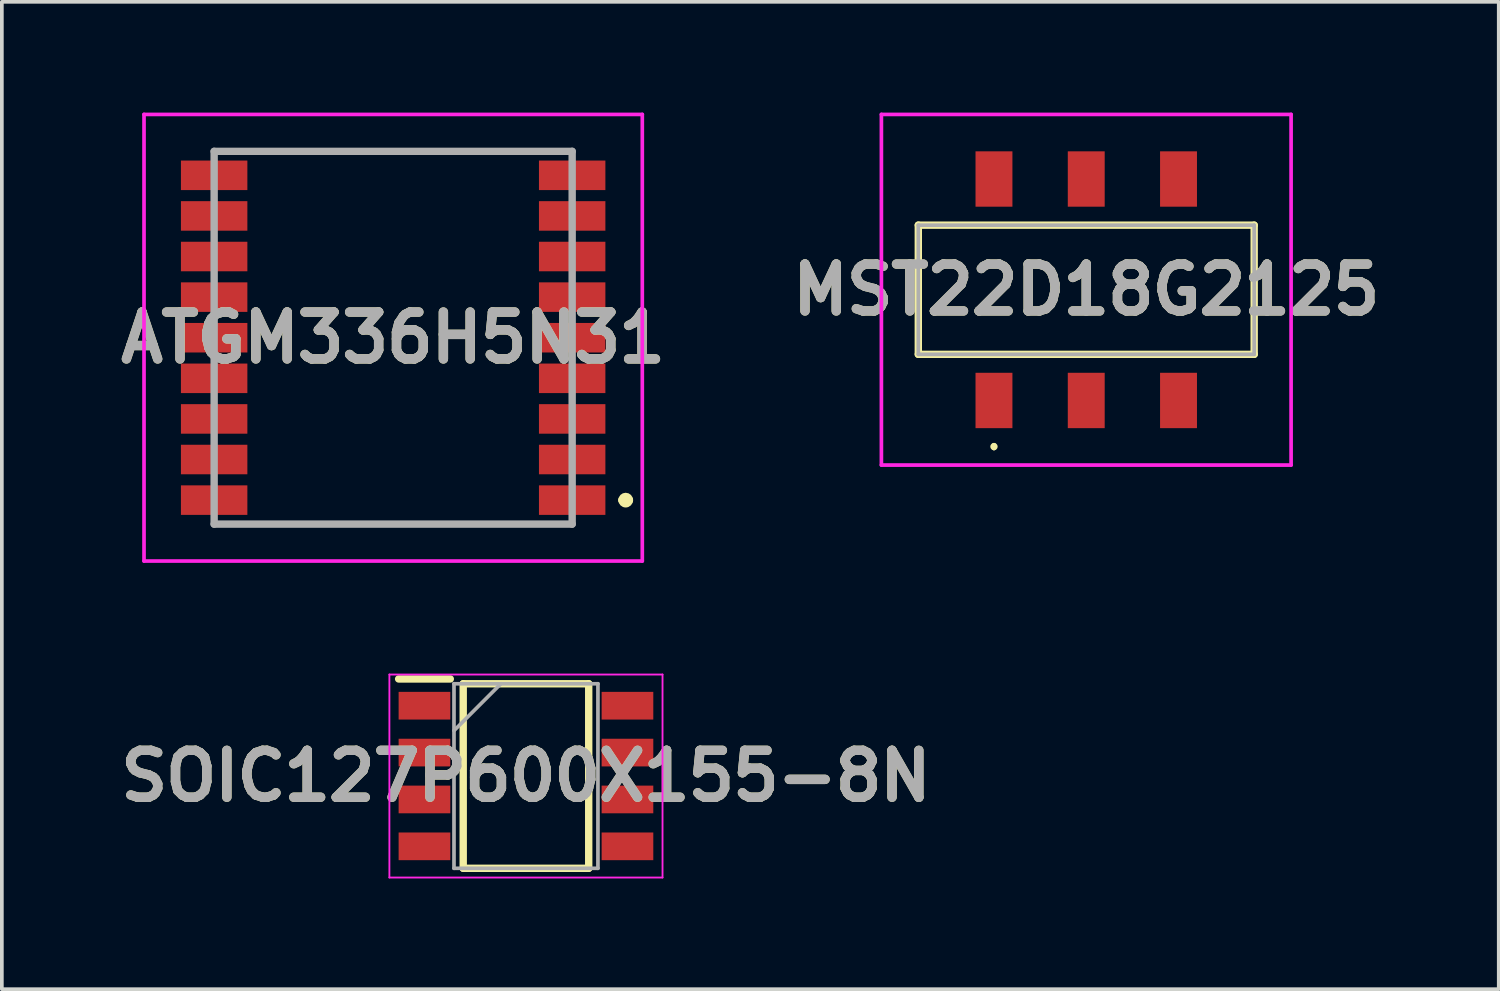
<source format=kicad_pcb>
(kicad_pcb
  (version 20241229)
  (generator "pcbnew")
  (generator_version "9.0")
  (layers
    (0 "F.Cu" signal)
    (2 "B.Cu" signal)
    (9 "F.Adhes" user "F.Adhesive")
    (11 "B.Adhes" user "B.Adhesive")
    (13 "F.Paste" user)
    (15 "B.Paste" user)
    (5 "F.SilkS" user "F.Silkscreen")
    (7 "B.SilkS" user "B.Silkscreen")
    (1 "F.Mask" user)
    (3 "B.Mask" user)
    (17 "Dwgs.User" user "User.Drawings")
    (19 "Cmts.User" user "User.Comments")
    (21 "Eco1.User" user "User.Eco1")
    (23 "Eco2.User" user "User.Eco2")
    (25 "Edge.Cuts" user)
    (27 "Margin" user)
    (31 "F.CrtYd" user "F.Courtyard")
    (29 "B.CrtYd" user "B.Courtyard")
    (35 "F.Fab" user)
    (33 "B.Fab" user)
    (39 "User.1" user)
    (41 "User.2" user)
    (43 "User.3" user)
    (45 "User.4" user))
  (footprint "ATGM336H5N31"
    (layer "F.Cu")
    (at 7.602 6.1)
    (property "Reference" "ATGM336H5N31" (at 0 0 0) (layer "F.SilkS") (effects (font (size 1.27 1.27) (thickness 0.254))))
    (attr smd)
    (fp_line (start 6.2 4.4) (end 6.2 4.4) (stroke (width 0.2) (type solid)) (layer "F.SilkS"))
    (fp_line (start 6.4 4.4) (end 6.4 4.4) (stroke (width 0.2) (type solid)) (layer "F.SilkS"))
    (fp_arc (start 6.2 4.4) (mid 6.3 4.3) (end 6.4 4.4) (stroke (width 0.2) (type solid)) (layer "F.SilkS"))
    (fp_arc (start 6.4 4.4) (mid 6.3 4.5) (end 6.2 4.4) (stroke (width 0.2) (type solid)) (layer "F.SilkS"))
    (fp_line (start -6.75 -6.05) (end 6.75 -6.05) (stroke (width 0.1) (type solid)) (layer "F.CrtYd"))
    (fp_line (start -6.75 6.05) (end -6.75 -6.05) (stroke (width 0.1) (type solid)) (layer "F.CrtYd"))
    (fp_line (start 6.75 -6.05) (end 6.75 6.05) (stroke (width 0.1) (type solid)) (layer "F.CrtYd"))
    (fp_line (start 6.75 6.05) (end -6.75 6.05) (stroke (width 0.1) (type solid)) (layer "F.CrtYd"))
    (fp_line (start -4.85 -5.05) (end 4.85 -5.05) (stroke (width 0.2) (type solid)) (layer "F.Fab"))
    (fp_line (start -4.85 5.05) (end -4.85 -5.05) (stroke (width 0.2) (type solid)) (layer "F.Fab"))
    (fp_line (start 4.85 -5.05) (end 4.85 5.05) (stroke (width 0.2) (type solid)) (layer "F.Fab"))
    (fp_line (start 4.85 5.05) (end -4.85 5.05) (stroke (width 0.2) (type solid)) (layer "F.Fab"))
    (fp_text user "${REFERENCE}" (at 0 0 0) (layer "F.Fab") (effects (font (size 1.27 1.27) (thickness 0.254))))
    (pad "1" smd rect (at 4.85 4.4 90) (size 0.8 1.8) (layers "F.Cu" "F.Mask" "F.Paste"))
    (pad "2" smd rect (at 4.85 3.3 90) (size 0.8 1.8) (layers "F.Cu" "F.Mask" "F.Paste"))
    (pad "3" smd rect (at 4.85 2.2 90) (size 0.8 1.8) (layers "F.Cu" "F.Mask" "F.Paste"))
    (pad "4" smd rect (at 4.85 1.1 90) (size 0.8 1.8) (layers "F.Cu" "F.Mask" "F.Paste"))
    (pad "5" smd rect (at 4.85 0 90) (size 0.8 1.8) (layers "F.Cu" "F.Mask" "F.Paste"))
    (pad "6" smd rect (at 4.85 -1.1 90) (size 0.8 1.8) (layers "F.Cu" "F.Mask" "F.Paste"))
    (pad "7" smd rect (at 4.85 -2.2 90) (size 0.8 1.8) (layers "F.Cu" "F.Mask" "F.Paste"))
    (pad "8" smd rect (at 4.85 -3.3 90) (size 0.8 1.8) (layers "F.Cu" "F.Mask" "F.Paste"))
    (pad "9" smd rect (at 4.85 -4.4 90) (size 0.8 1.8) (layers "F.Cu" "F.Mask" "F.Paste"))
    (pad "10" smd rect (at -4.85 -4.4 90) (size 0.8 1.8) (layers "F.Cu" "F.Mask" "F.Paste"))
    (pad "11" smd rect (at -4.85 -3.3 90) (size 0.8 1.8) (layers "F.Cu" "F.Mask" "F.Paste"))
    (pad "12" smd rect (at -4.85 -2.2 90) (size 0.8 1.8) (layers "F.Cu" "F.Mask" "F.Paste"))
    (pad "13" smd rect (at -4.85 -1.1 90) (size 0.8 1.8) (layers "F.Cu" "F.Mask" "F.Paste"))
    (pad "14" smd rect (at -4.85 0 90) (size 0.8 1.8) (layers "F.Cu" "F.Mask" "F.Paste"))
    (pad "15" smd rect (at -4.85 1.1 90) (size 0.8 1.8) (layers "F.Cu" "F.Mask" "F.Paste"))
    (pad "16" smd rect (at -4.85 2.2 90) (size 0.8 1.8) (layers "F.Cu" "F.Mask" "F.Paste"))
    (pad "17" smd rect (at -4.85 3.3 90) (size 0.8 1.8) (layers "F.Cu" "F.Mask" "F.Paste"))
    (pad "18" smd rect (at -4.85 4.4 90) (size 0.8 1.8) (layers "F.Cu" "F.Mask" "F.Paste")))
  (footprint "MST22D18G2125"
    (layer "F.Cu")
    (at 26.38 4.8)
    (property "Reference" "MST22D18G2125" (at 0 0 0) (layer "F.SilkS") (effects (font (size 1.27 1.27) (thickness 0.254))))
    (attr smd)
    (fp_line (start -4.55 -1.75) (end -4.55 1.75) (stroke (width 0.2) (type solid)) (layer "F.SilkS"))
    (fp_line (start -4.55 1.75) (end 4.55 1.75) (stroke (width 0.2) (type solid)) (layer "F.SilkS"))
    (fp_line (start -2.5 4.2) (end -2.5 4.2) (stroke (width 0.1) (type solid)) (layer "F.SilkS"))
    (fp_line (start -2.5 4.3) (end -2.5 4.3) (stroke (width 0.1) (type solid)) (layer "F.SilkS"))
    (fp_line (start 4.55 -1.75) (end -4.55 -1.75) (stroke (width 0.2) (type solid)) (layer "F.SilkS"))
    (fp_line (start 4.55 1.75) (end 4.55 -1.75) (stroke (width 0.2) (type solid)) (layer "F.SilkS"))
    (fp_arc (start -2.5 4.2) (mid -2.45 4.25) (end -2.5 4.3) (stroke (width 0.1) (type solid)) (layer "F.SilkS"))
    (fp_arc (start -2.5 4.3) (mid -2.55 4.25) (end -2.5 4.2) (stroke (width 0.1) (type solid)) (layer "F.SilkS"))
    (fp_line (start -5.55 -4.75) (end -5.55 4.75) (stroke (width 0.1) (type solid)) (layer "F.CrtYd"))
    (fp_line (start -5.55 4.75) (end 5.55 4.75) (stroke (width 0.1) (type solid)) (layer "F.CrtYd"))
    (fp_line (start 5.55 -4.75) (end -5.55 -4.75) (stroke (width 0.1) (type solid)) (layer "F.CrtYd"))
    (fp_line (start 5.55 4.75) (end 5.55 -4.75) (stroke (width 0.1) (type solid)) (layer "F.CrtYd"))
    (fp_line (start -4.55 -1.75) (end -4.55 1.75) (stroke (width 0.1) (type solid)) (layer "F.Fab"))
    (fp_line (start -4.55 1.75) (end 4.55 1.75) (stroke (width 0.1) (type solid)) (layer "F.Fab"))
    (fp_line (start 4.55 -1.75) (end -4.55 -1.75) (stroke (width 0.1) (type solid)) (layer "F.Fab"))
    (fp_line (start 4.55 1.75) (end 4.55 -1.75) (stroke (width 0.1) (type solid)) (layer "F.Fab"))
    (fp_text user "${REFERENCE}" (at 0 0 0) (layer "F.Fab") (effects (font (size 1.27 1.27) (thickness 0.254))))
    (pad "1" smd rect (at -2.5 3) (size 1 1.5) (layers "F.Cu" "F.Mask" "F.Paste"))
    (pad "2" smd rect (at 0 3) (size 1 1.5) (layers "F.Cu" "F.Mask" "F.Paste"))
    (pad "3" smd rect (at 2.5 3) (size 1 1.5) (layers "F.Cu" "F.Mask" "F.Paste"))
    (pad "4" smd rect (at 2.5 -3) (size 1 1.5) (layers "F.Cu" "F.Mask" "F.Paste"))
    (pad "5" smd rect (at 0 -3) (size 1 1.5) (layers "F.Cu" "F.Mask" "F.Paste"))
    (pad "6" smd rect (at -2.5 -3) (size 1 1.5) (layers "F.Cu" "F.Mask" "F.Paste")))
  (footprint "SOIC127P600X155-8N"
    (layer "F.Cu")
    (at 11.2 17.975)
    (property "Reference" "SOIC127P600X155-8N" (at 0 0 0) (layer "F.SilkS") (effects (font (size 1.27 1.27) (thickness 0.254))))
    (attr smd)
    (fp_line (start -3.45 -2.63) (end -2.05 -2.63) (stroke (width 0.2) (type solid)) (layer "F.SilkS"))
    (fp_line (start -1.7 -2.5) (end 1.7 -2.5) (stroke (width 0.2) (type solid)) (layer "F.SilkS"))
    (fp_line (start -1.7 2.5) (end -1.7 -2.5) (stroke (width 0.2) (type solid)) (layer "F.SilkS"))
    (fp_line (start 1.7 -2.5) (end 1.7 2.5) (stroke (width 0.2) (type solid)) (layer "F.SilkS"))
    (fp_line (start 1.7 2.5) (end -1.7 2.5) (stroke (width 0.2) (type solid)) (layer "F.SilkS"))
    (fp_line (start -3.7 -2.75) (end 3.7 -2.75) (stroke (width 0.05) (type solid)) (layer "F.CrtYd"))
    (fp_line (start -3.7 2.75) (end -3.7 -2.75) (stroke (width 0.05) (type solid)) (layer "F.CrtYd"))
    (fp_line (start 3.7 -2.75) (end 3.7 2.75) (stroke (width 0.05) (type solid)) (layer "F.CrtYd"))
    (fp_line (start 3.7 2.75) (end -3.7 2.75) (stroke (width 0.05) (type solid)) (layer "F.CrtYd"))
    (fp_line (start -1.95 -2.5) (end 1.95 -2.5) (stroke (width 0.1) (type solid)) (layer "F.Fab"))
    (fp_line (start -1.95 -1.23) (end -0.68 -2.5) (stroke (width 0.1) (type solid)) (layer "F.Fab"))
    (fp_line (start -1.95 2.5) (end -1.95 -2.5) (stroke (width 0.1) (type solid)) (layer "F.Fab"))
    (fp_line (start 1.95 -2.5) (end 1.95 2.5) (stroke (width 0.1) (type solid)) (layer "F.Fab"))
    (fp_line (start 1.95 2.5) (end -1.95 2.5) (stroke (width 0.1) (type solid)) (layer "F.Fab"))
    (fp_text user "${REFERENCE}" (at 0 0 0) (layer "F.Fab") (effects (font (size 1.27 1.27) (thickness 0.254))))
    (pad "1" smd rect (at -2.75 -1.905 90) (size 0.75 1.4) (layers "F.Cu" "F.Mask" "F.Paste"))
    (pad "2" smd rect (at -2.75 -0.635 90) (size 0.75 1.4) (layers "F.Cu" "F.Mask" "F.Paste"))
    (pad "3" smd rect (at -2.75 0.635 90) (size 0.75 1.4) (layers "F.Cu" "F.Mask" "F.Paste"))
    (pad "4" smd rect (at -2.75 1.905 90) (size 0.75 1.4) (layers "F.Cu" "F.Mask" "F.Paste"))
    (pad "5" smd rect (at 2.75 1.905 90) (size 0.75 1.4) (layers "F.Cu" "F.Mask" "F.Paste"))
    (pad "6" smd rect (at 2.75 0.635 90) (size 0.75 1.4) (layers "F.Cu" "F.Mask" "F.Paste"))
    (pad "7" smd rect (at 2.75 -0.635 90) (size 0.75 1.4) (layers "F.Cu" "F.Mask" "F.Paste"))
    (pad "8" smd rect (at 2.75 -1.905 90) (size 0.75 1.4) (layers "F.Cu" "F.Mask" "F.Paste")))
  (gr_rect
    (start -3 -3)
    (end 37.556 23.75)
    (stroke (width 0.1) (type default))
    (fill no)
    (layer "Edge.Cuts")))
</source>
